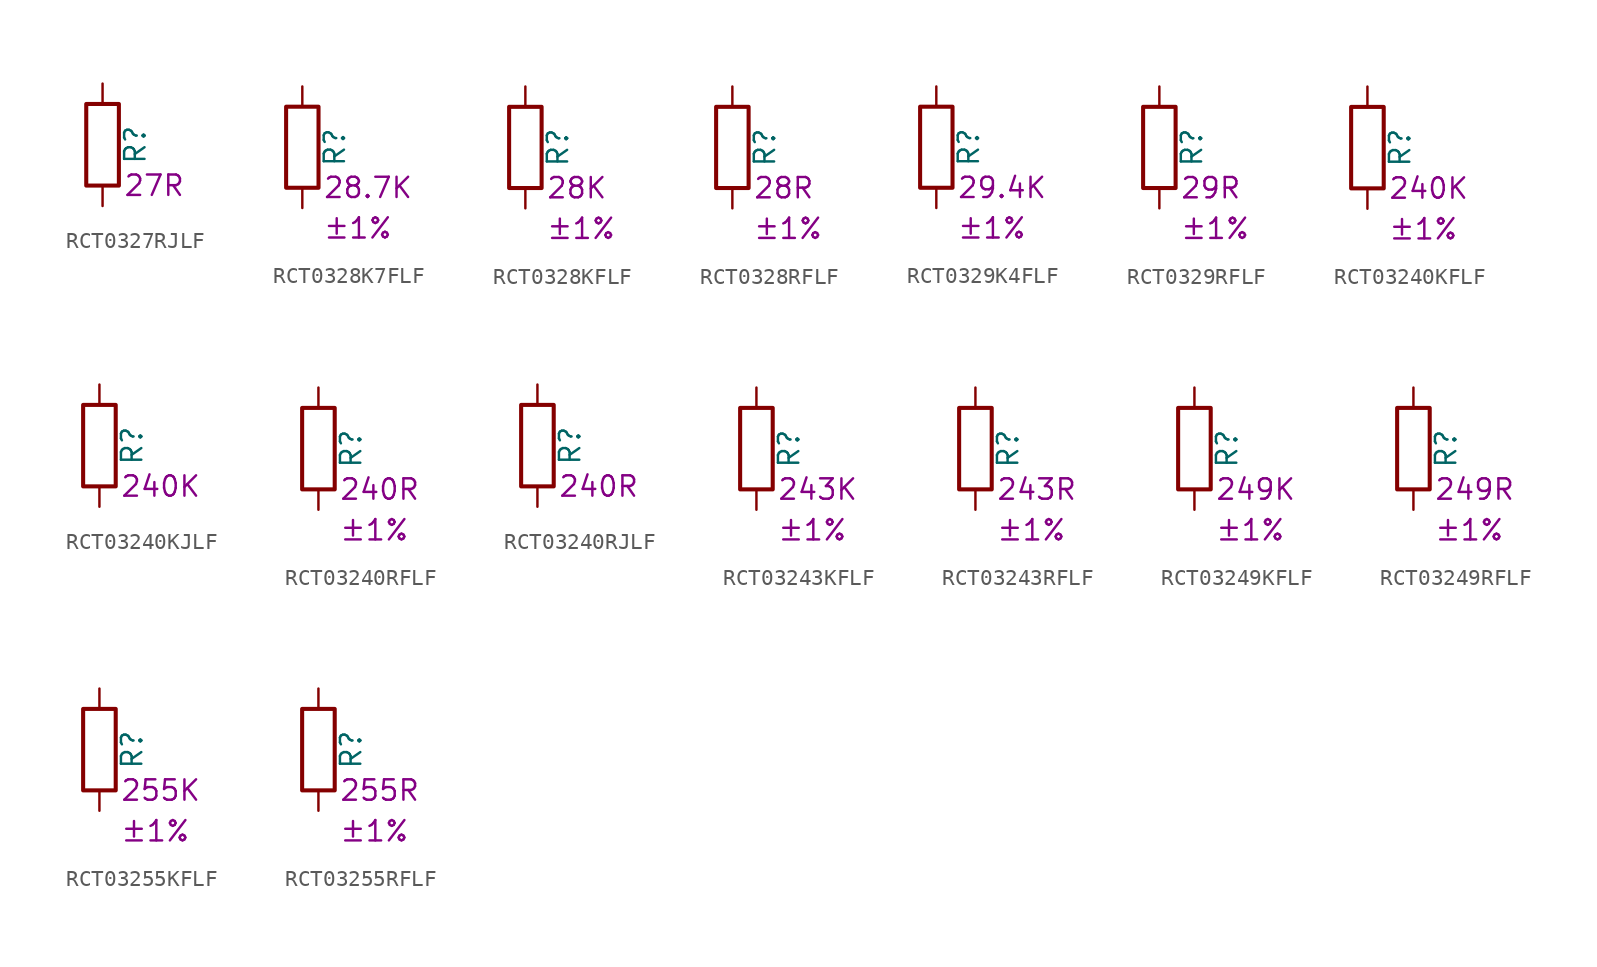
<source format=kicad_sym>
(kicad_symbol_lib
  (version 20220914)
  (generator kicad_symbol_editor)
  (symbol "RCT0327RJLF"
    (pin_numbers hide)
    (pin_names
      (offset 0))
    (property "Reference" "R"
      (at 2.032 0 90)
      (effects (font (size 1.27 1.27))))
    (property "Resistance" "27R"
      (at 1.27 -2.54 0)
      (effects (font (size 1.27 1.27)) (justify left)))
    (symbol "RCT0327RJLF_0_1"
      (rectangle (start -1.016 -2.54) (end 1.016 2.54) (stroke (width 0.254) (type default)) (fill (type none))))
    (symbol "RCT0327RJLF_1_1"
      (pin passive line (at 0 3.81 270) (length 1.27) (name "~" (effects (font (size 1.27 1.27)))) (number "1" (effects (font (size 1.27 1.27)))))
      (pin passive line (at 0 -3.81 90) (length 1.27) (name "~" (effects (font (size 1.27 1.27)))) (number "2" (effects (font (size 1.27 1.27)))))))
  (symbol "RCT0328K7FLF"
    (pin_numbers hide)
    (pin_names
      (offset 0))
    (property "Reference" "R"
      (at 2.032 0 90)
      (effects (font (size 1.27 1.27))))
    (property "Resistance" "28.7K"
      (at 1.27 -2.54 0)
      (effects (font (size 1.27 1.27)) (justify left)))
    (property "Tolerance" "±1%"
      (at 1.27 -5.08 0)
      (effects (font (size 1.27 1.27)) (justify left)))
    (symbol "RCT0328K7FLF_0_1"
      (rectangle (start -1.016 -2.54) (end 1.016 2.54) (stroke (width 0.254) (type default)) (fill (type none))))
    (symbol "RCT0328K7FLF_1_1"
      (pin passive line (at 0 3.81 270) (length 1.27) (name "~" (effects (font (size 1.27 1.27)))) (number "1" (effects (font (size 1.27 1.27)))))
      (pin passive line (at 0 -3.81 90) (length 1.27) (name "~" (effects (font (size 1.27 1.27)))) (number "2" (effects (font (size 1.27 1.27)))))))
  (symbol "RCT0328KFLF"
    (pin_numbers hide)
    (pin_names
      (offset 0))
    (property "Reference" "R"
      (at 2.032 0 90)
      (effects (font (size 1.27 1.27))))
    (property "Resistance" "28K"
      (at 1.27 -2.54 0)
      (effects (font (size 1.27 1.27)) (justify left)))
    (property "Tolerance" "±1%"
      (at 1.27 -5.08 0)
      (effects (font (size 1.27 1.27)) (justify left)))
    (symbol "RCT0328KFLF_0_1"
      (rectangle (start -1.016 -2.54) (end 1.016 2.54) (stroke (width 0.254) (type default)) (fill (type none))))
    (symbol "RCT0328KFLF_1_1"
      (pin passive line (at 0 3.81 270) (length 1.27) (name "~" (effects (font (size 1.27 1.27)))) (number "1" (effects (font (size 1.27 1.27)))))
      (pin passive line (at 0 -3.81 90) (length 1.27) (name "~" (effects (font (size 1.27 1.27)))) (number "2" (effects (font (size 1.27 1.27)))))))
  (symbol "RCT0328RFLF"
    (pin_numbers hide)
    (pin_names
      (offset 0))
    (property "Reference" "R"
      (at 2.032 0 90)
      (effects (font (size 1.27 1.27))))
    (property "Resistance" "28R"
      (at 1.27 -2.54 0)
      (effects (font (size 1.27 1.27)) (justify left)))
    (property "Tolerance" "±1%"
      (at 1.27 -5.08 0)
      (effects (font (size 1.27 1.27)) (justify left)))
    (symbol "RCT0328RFLF_0_1"
      (rectangle (start -1.016 -2.54) (end 1.016 2.54) (stroke (width 0.254) (type default)) (fill (type none))))
    (symbol "RCT0328RFLF_1_1"
      (pin passive line (at 0 3.81 270) (length 1.27) (name "~" (effects (font (size 1.27 1.27)))) (number "1" (effects (font (size 1.27 1.27)))))
      (pin passive line (at 0 -3.81 90) (length 1.27) (name "~" (effects (font (size 1.27 1.27)))) (number "2" (effects (font (size 1.27 1.27)))))))
  (symbol "RCT0329K4FLF"
    (pin_numbers hide)
    (pin_names
      (offset 0))
    (property "Reference" "R"
      (at 2.032 0 90)
      (effects (font (size 1.27 1.27))))
    (property "Resistance" "29.4K"
      (at 1.27 -2.54 0)
      (effects (font (size 1.27 1.27)) (justify left)))
    (property "Tolerance" "±1%"
      (at 1.27 -5.08 0)
      (effects (font (size 1.27 1.27)) (justify left)))
    (symbol "RCT0329K4FLF_0_1"
      (rectangle (start -1.016 -2.54) (end 1.016 2.54) (stroke (width 0.254) (type default)) (fill (type none))))
    (symbol "RCT0329K4FLF_1_1"
      (pin passive line (at 0 3.81 270) (length 1.27) (name "~" (effects (font (size 1.27 1.27)))) (number "1" (effects (font (size 1.27 1.27)))))
      (pin passive line (at 0 -3.81 90) (length 1.27) (name "~" (effects (font (size 1.27 1.27)))) (number "2" (effects (font (size 1.27 1.27)))))))
  (symbol "RCT0329RFLF"
    (pin_numbers hide)
    (pin_names
      (offset 0))
    (property "Reference" "R"
      (at 2.032 0 90)
      (effects (font (size 1.27 1.27))))
    (property "Resistance" "29R"
      (at 1.27 -2.54 0)
      (effects (font (size 1.27 1.27)) (justify left)))
    (property "Tolerance" "±1%"
      (at 1.27 -5.08 0)
      (effects (font (size 1.27 1.27)) (justify left)))
    (symbol "RCT0329RFLF_0_1"
      (rectangle (start -1.016 -2.54) (end 1.016 2.54) (stroke (width 0.254) (type default)) (fill (type none))))
    (symbol "RCT0329RFLF_1_1"
      (pin passive line (at 0 3.81 270) (length 1.27) (name "~" (effects (font (size 1.27 1.27)))) (number "1" (effects (font (size 1.27 1.27)))))
      (pin passive line (at 0 -3.81 90) (length 1.27) (name "~" (effects (font (size 1.27 1.27)))) (number "2" (effects (font (size 1.27 1.27)))))))
  (symbol "RCT03240KFLF"
    (pin_numbers hide)
    (pin_names
      (offset 0))
    (property "Reference" "R"
      (at 2.032 0 90)
      (effects (font (size 1.27 1.27))))
    (property "Resistance" "240K"
      (at 1.27 -2.54 0)
      (effects (font (size 1.27 1.27)) (justify left)))
    (property "Tolerance" "±1%"
      (at 1.27 -5.08 0)
      (effects (font (size 1.27 1.27)) (justify left)))
    (symbol "RCT03240KFLF_0_1"
      (rectangle (start -1.016 -2.54) (end 1.016 2.54) (stroke (width 0.254) (type default)) (fill (type none))))
    (symbol "RCT03240KFLF_1_1"
      (pin passive line (at 0 3.81 270) (length 1.27) (name "~" (effects (font (size 1.27 1.27)))) (number "1" (effects (font (size 1.27 1.27)))))
      (pin passive line (at 0 -3.81 90) (length 1.27) (name "~" (effects (font (size 1.27 1.27)))) (number "2" (effects (font (size 1.27 1.27)))))))
  (symbol "RCT03240KJLF"
    (pin_numbers hide)
    (pin_names
      (offset 0))
    (property "Reference" "R"
      (at 2.032 0 90)
      (effects (font (size 1.27 1.27))))
    (property "Resistance" "240K"
      (at 1.27 -2.54 0)
      (effects (font (size 1.27 1.27)) (justify left)))
    (symbol "RCT03240KJLF_0_1"
      (rectangle (start -1.016 -2.54) (end 1.016 2.54) (stroke (width 0.254) (type default)) (fill (type none))))
    (symbol "RCT03240KJLF_1_1"
      (pin passive line (at 0 3.81 270) (length 1.27) (name "~" (effects (font (size 1.27 1.27)))) (number "1" (effects (font (size 1.27 1.27)))))
      (pin passive line (at 0 -3.81 90) (length 1.27) (name "~" (effects (font (size 1.27 1.27)))) (number "2" (effects (font (size 1.27 1.27)))))))
  (symbol "RCT03240RFLF"
    (pin_numbers hide)
    (pin_names
      (offset 0))
    (property "Reference" "R"
      (at 2.032 0 90)
      (effects (font (size 1.27 1.27))))
    (property "Resistance" "240R"
      (at 1.27 -2.54 0)
      (effects (font (size 1.27 1.27)) (justify left)))
    (property "Tolerance" "±1%"
      (at 1.27 -5.08 0)
      (effects (font (size 1.27 1.27)) (justify left)))
    (symbol "RCT03240RFLF_0_1"
      (rectangle (start -1.016 -2.54) (end 1.016 2.54) (stroke (width 0.254) (type default)) (fill (type none))))
    (symbol "RCT03240RFLF_1_1"
      (pin passive line (at 0 3.81 270) (length 1.27) (name "~" (effects (font (size 1.27 1.27)))) (number "1" (effects (font (size 1.27 1.27)))))
      (pin passive line (at 0 -3.81 90) (length 1.27) (name "~" (effects (font (size 1.27 1.27)))) (number "2" (effects (font (size 1.27 1.27)))))))
  (symbol "RCT03240RJLF"
    (pin_numbers hide)
    (pin_names
      (offset 0))
    (property "Reference" "R"
      (at 2.032 0 90)
      (effects (font (size 1.27 1.27))))
    (property "Resistance" "240R"
      (at 1.27 -2.54 0)
      (effects (font (size 1.27 1.27)) (justify left)))
    (symbol "RCT03240RJLF_0_1"
      (rectangle (start -1.016 -2.54) (end 1.016 2.54) (stroke (width 0.254) (type default)) (fill (type none))))
    (symbol "RCT03240RJLF_1_1"
      (pin passive line (at 0 3.81 270) (length 1.27) (name "~" (effects (font (size 1.27 1.27)))) (number "1" (effects (font (size 1.27 1.27)))))
      (pin passive line (at 0 -3.81 90) (length 1.27) (name "~" (effects (font (size 1.27 1.27)))) (number "2" (effects (font (size 1.27 1.27)))))))
  (symbol "RCT03243KFLF"
    (pin_numbers hide)
    (pin_names
      (offset 0))
    (property "Reference" "R"
      (at 2.032 0 90)
      (effects (font (size 1.27 1.27))))
    (property "Resistance" "243K"
      (at 1.27 -2.54 0)
      (effects (font (size 1.27 1.27)) (justify left)))
    (property "Tolerance" "±1%"
      (at 1.27 -5.08 0)
      (effects (font (size 1.27 1.27)) (justify left)))
    (symbol "RCT03243KFLF_0_1"
      (rectangle (start -1.016 -2.54) (end 1.016 2.54) (stroke (width 0.254) (type default)) (fill (type none))))
    (symbol "RCT03243KFLF_1_1"
      (pin passive line (at 0 3.81 270) (length 1.27) (name "~" (effects (font (size 1.27 1.27)))) (number "1" (effects (font (size 1.27 1.27)))))
      (pin passive line (at 0 -3.81 90) (length 1.27) (name "~" (effects (font (size 1.27 1.27)))) (number "2" (effects (font (size 1.27 1.27)))))))
  (symbol "RCT03243RFLF"
    (pin_numbers hide)
    (pin_names
      (offset 0))
    (property "Reference" "R"
      (at 2.032 0 90)
      (effects (font (size 1.27 1.27))))
    (property "Resistance" "243R"
      (at 1.27 -2.54 0)
      (effects (font (size 1.27 1.27)) (justify left)))
    (property "Tolerance" "±1%"
      (at 1.27 -5.08 0)
      (effects (font (size 1.27 1.27)) (justify left)))
    (symbol "RCT03243RFLF_0_1"
      (rectangle (start -1.016 -2.54) (end 1.016 2.54) (stroke (width 0.254) (type default)) (fill (type none))))
    (symbol "RCT03243RFLF_1_1"
      (pin passive line (at 0 3.81 270) (length 1.27) (name "~" (effects (font (size 1.27 1.27)))) (number "1" (effects (font (size 1.27 1.27)))))
      (pin passive line (at 0 -3.81 90) (length 1.27) (name "~" (effects (font (size 1.27 1.27)))) (number "2" (effects (font (size 1.27 1.27)))))))
  (symbol "RCT03249KFLF"
    (pin_numbers hide)
    (pin_names
      (offset 0))
    (property "Reference" "R"
      (at 2.032 0 90)
      (effects (font (size 1.27 1.27))))
    (property "Resistance" "249K"
      (at 1.27 -2.54 0)
      (effects (font (size 1.27 1.27)) (justify left)))
    (property "Tolerance" "±1%"
      (at 1.27 -5.08 0)
      (effects (font (size 1.27 1.27)) (justify left)))
    (symbol "RCT03249KFLF_0_1"
      (rectangle (start -1.016 -2.54) (end 1.016 2.54) (stroke (width 0.254) (type default)) (fill (type none))))
    (symbol "RCT03249KFLF_1_1"
      (pin passive line (at 0 3.81 270) (length 1.27) (name "~" (effects (font (size 1.27 1.27)))) (number "1" (effects (font (size 1.27 1.27)))))
      (pin passive line (at 0 -3.81 90) (length 1.27) (name "~" (effects (font (size 1.27 1.27)))) (number "2" (effects (font (size 1.27 1.27)))))))
  (symbol "RCT03249RFLF"
    (pin_numbers hide)
    (pin_names
      (offset 0))
    (property "Reference" "R"
      (at 2.032 0 90)
      (effects (font (size 1.27 1.27))))
    (property "Resistance" "249R"
      (at 1.27 -2.54 0)
      (effects (font (size 1.27 1.27)) (justify left)))
    (property "Tolerance" "±1%"
      (at 1.27 -5.08 0)
      (effects (font (size 1.27 1.27)) (justify left)))
    (symbol "RCT03249RFLF_0_1"
      (rectangle (start -1.016 -2.54) (end 1.016 2.54) (stroke (width 0.254) (type default)) (fill (type none))))
    (symbol "RCT03249RFLF_1_1"
      (pin passive line (at 0 3.81 270) (length 1.27) (name "~" (effects (font (size 1.27 1.27)))) (number "1" (effects (font (size 1.27 1.27)))))
      (pin passive line (at 0 -3.81 90) (length 1.27) (name "~" (effects (font (size 1.27 1.27)))) (number "2" (effects (font (size 1.27 1.27)))))))
  (symbol "RCT03255KFLF"
    (pin_numbers hide)
    (pin_names
      (offset 0))
    (property "Reference" "R"
      (at 2.032 0 90)
      (effects (font (size 1.27 1.27))))
    (property "Resistance" "255K"
      (at 1.27 -2.54 0)
      (effects (font (size 1.27 1.27)) (justify left)))
    (property "Tolerance" "±1%"
      (at 1.27 -5.08 0)
      (effects (font (size 1.27 1.27)) (justify left)))
    (symbol "RCT03255KFLF_0_1"
      (rectangle (start -1.016 -2.54) (end 1.016 2.54) (stroke (width 0.254) (type default)) (fill (type none))))
    (symbol "RCT03255KFLF_1_1"
      (pin passive line (at 0 3.81 270) (length 1.27) (name "~" (effects (font (size 1.27 1.27)))) (number "1" (effects (font (size 1.27 1.27)))))
      (pin passive line (at 0 -3.81 90) (length 1.27) (name "~" (effects (font (size 1.27 1.27)))) (number "2" (effects (font (size 1.27 1.27)))))))
  (symbol "RCT03255RFLF"
    (pin_numbers hide)
    (pin_names
      (offset 0))
    (property "Reference" "R"
      (at 2.032 0 90)
      (effects (font (size 1.27 1.27))))
    (property "Resistance" "255R"
      (at 1.27 -2.54 0)
      (effects (font (size 1.27 1.27)) (justify left)))
    (property "Tolerance" "±1%"
      (at 1.27 -5.08 0)
      (effects (font (size 1.27 1.27)) (justify left)))
    (symbol "RCT03255RFLF_0_1"
      (rectangle (start -1.016 -2.54) (end 1.016 2.54) (stroke (width 0.254) (type default)) (fill (type none))))
    (symbol "RCT03255RFLF_1_1"
      (pin passive line (at 0 3.81 270) (length 1.27) (name "~" (effects (font (size 1.27 1.27)))) (number "1" (effects (font (size 1.27 1.27)))))
      (pin passive line (at 0 -3.81 90) (length 1.27) (name "~" (effects (font (size 1.27 1.27)))) (number "2" (effects (font (size 1.27 1.27))))))))
</source>
